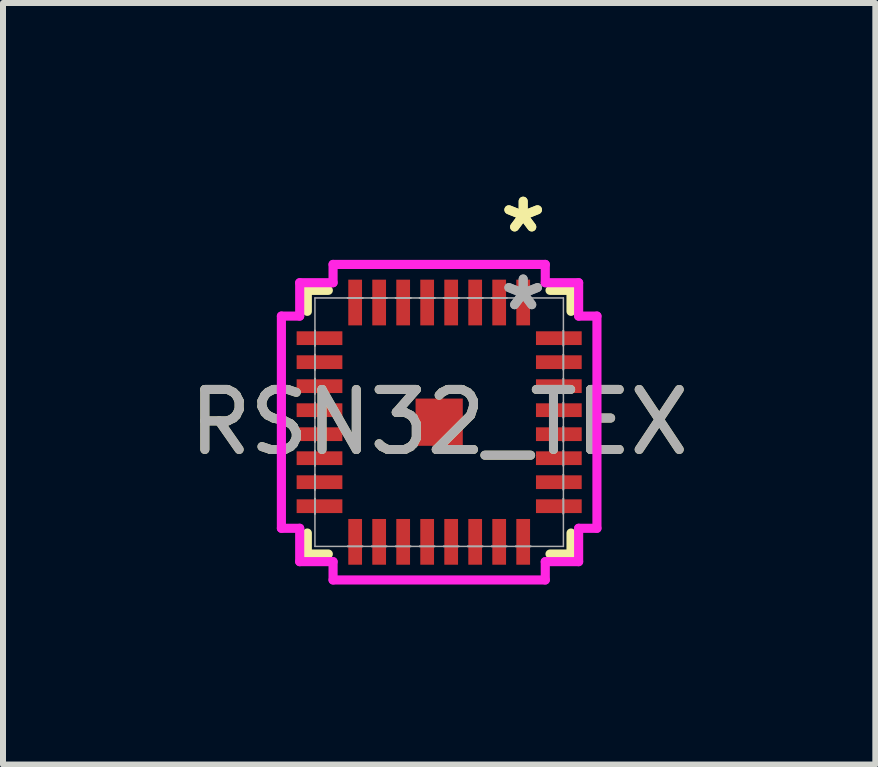
<source format=kicad_pcb>
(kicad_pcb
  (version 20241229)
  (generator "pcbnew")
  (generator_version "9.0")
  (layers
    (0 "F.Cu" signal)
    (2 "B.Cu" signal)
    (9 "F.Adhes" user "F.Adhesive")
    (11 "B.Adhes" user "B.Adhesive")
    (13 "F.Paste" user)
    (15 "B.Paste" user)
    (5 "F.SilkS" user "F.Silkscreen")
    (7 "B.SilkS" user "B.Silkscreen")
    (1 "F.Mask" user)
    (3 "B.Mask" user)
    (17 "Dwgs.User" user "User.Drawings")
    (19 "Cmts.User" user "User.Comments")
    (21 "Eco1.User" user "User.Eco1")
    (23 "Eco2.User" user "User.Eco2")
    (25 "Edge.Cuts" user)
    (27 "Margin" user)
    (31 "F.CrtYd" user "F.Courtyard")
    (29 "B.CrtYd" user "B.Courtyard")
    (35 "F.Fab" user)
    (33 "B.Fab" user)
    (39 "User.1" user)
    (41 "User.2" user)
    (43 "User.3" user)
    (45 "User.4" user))
  (footprint "RSN32_TEX"
    (layer "F.Cu")
    (at 4.268 3.985)
    (property "Reference" "RSN32_TEX" (at 0 0 0) (unlocked yes) (layer "F.SilkS") (effects (font (size 1 1) (thickness 0.15))))
    (attr smd)
    (fp_line (start -2.197 -2.197) (end -2.197 -1.847) (stroke (width 0.152) (type solid)) (layer "F.SilkS"))
    (fp_line (start -2.197 1.847) (end -2.197 2.197) (stroke (width 0.152) (type solid)) (layer "F.SilkS"))
    (fp_line (start -2.197 2.197) (end -1.847 2.197) (stroke (width 0.152) (type solid)) (layer "F.SilkS"))
    (fp_line (start -1.847 -2.197) (end -2.197 -2.197) (stroke (width 0.152) (type solid)) (layer "F.SilkS"))
    (fp_line (start 1.847 2.197) (end 2.197 2.197) (stroke (width 0.152) (type solid)) (layer "F.SilkS"))
    (fp_line (start 2.197 -2.197) (end 1.847 -2.197) (stroke (width 0.152) (type solid)) (layer "F.SilkS"))
    (fp_line (start 2.197 -1.847) (end 2.197 -2.197) (stroke (width 0.152) (type solid)) (layer "F.SilkS"))
    (fp_line (start 2.197 2.197) (end 2.197 1.847) (stroke (width 0.152) (type solid)) (layer "F.SilkS"))
    (fp_line (start -2.629 -1.768) (end -2.324 -1.768) (stroke (width 0.152) (type solid)) (layer "F.CrtYd"))
    (fp_line (start -2.629 1.768) (end -2.629 -1.768) (stroke (width 0.152) (type solid)) (layer "F.CrtYd"))
    (fp_line (start -2.324 -2.324) (end -1.768 -2.324) (stroke (width 0.152) (type solid)) (layer "F.CrtYd"))
    (fp_line (start -2.324 -1.768) (end -2.324 -2.324) (stroke (width 0.152) (type solid)) (layer "F.CrtYd"))
    (fp_line (start -2.324 1.768) (end -2.629 1.768) (stroke (width 0.152) (type solid)) (layer "F.CrtYd"))
    (fp_line (start -2.324 2.324) (end -2.324 1.768) (stroke (width 0.152) (type solid)) (layer "F.CrtYd"))
    (fp_line (start -1.768 -2.629) (end 1.768 -2.629) (stroke (width 0.152) (type solid)) (layer "F.CrtYd"))
    (fp_line (start -1.768 -2.324) (end -1.768 -2.629) (stroke (width 0.152) (type solid)) (layer "F.CrtYd"))
    (fp_line (start -1.768 2.324) (end -2.324 2.324) (stroke (width 0.152) (type solid)) (layer "F.CrtYd"))
    (fp_line (start -1.768 2.629) (end -1.768 2.324) (stroke (width 0.152) (type solid)) (layer "F.CrtYd"))
    (fp_line (start 1.768 -2.629) (end 1.768 -2.324) (stroke (width 0.152) (type solid)) (layer "F.CrtYd"))
    (fp_line (start 1.768 -2.324) (end 2.324 -2.324) (stroke (width 0.152) (type solid)) (layer "F.CrtYd"))
    (fp_line (start 1.768 2.324) (end 1.768 2.629) (stroke (width 0.152) (type solid)) (layer "F.CrtYd"))
    (fp_line (start 1.768 2.629) (end -1.768 2.629) (stroke (width 0.152) (type solid)) (layer "F.CrtYd"))
    (fp_line (start 2.324 -2.324) (end 2.324 -1.768) (stroke (width 0.152) (type solid)) (layer "F.CrtYd"))
    (fp_line (start 2.324 -1.768) (end 2.629 -1.768) (stroke (width 0.152) (type solid)) (layer "F.CrtYd"))
    (fp_line (start 2.324 1.768) (end 2.324 2.324) (stroke (width 0.152) (type solid)) (layer "F.CrtYd"))
    (fp_line (start 2.324 2.324) (end 1.768 2.324) (stroke (width 0.152) (type solid)) (layer "F.CrtYd"))
    (fp_line (start 2.629 -1.768) (end 2.629 1.768) (stroke (width 0.152) (type solid)) (layer "F.CrtYd"))
    (fp_line (start 2.629 1.768) (end 2.324 1.768) (stroke (width 0.152) (type solid)) (layer "F.CrtYd"))
    (fp_line (start -2.07 -2.07) (end -2.07 2.07) (stroke (width 0.025) (type solid)) (layer "F.Fab"))
    (fp_line (start -2.07 -1.527) (end -2.07 -1.527) (stroke (width 0.025) (type solid)) (layer "F.Fab"))
    (fp_line (start -2.07 -1.527) (end -2.07 -1.273) (stroke (width 0.025) (type solid)) (layer "F.Fab"))
    (fp_line (start -2.07 -1.273) (end -2.07 -1.527) (stroke (width 0.025) (type solid)) (layer "F.Fab"))
    (fp_line (start -2.07 -1.273) (end -2.07 -1.273) (stroke (width 0.025) (type solid)) (layer "F.Fab"))
    (fp_line (start -2.07 -1.127) (end -2.07 -1.127) (stroke (width 0.025) (type solid)) (layer "F.Fab"))
    (fp_line (start -2.07 -1.127) (end -2.07 -0.873) (stroke (width 0.025) (type solid)) (layer "F.Fab"))
    (fp_line (start -2.07 -0.873) (end -2.07 -1.127) (stroke (width 0.025) (type solid)) (layer "F.Fab"))
    (fp_line (start -2.07 -0.873) (end -2.07 -0.873) (stroke (width 0.025) (type solid)) (layer "F.Fab"))
    (fp_line (start -2.07 -0.727) (end -2.07 -0.727) (stroke (width 0.025) (type solid)) (layer "F.Fab"))
    (fp_line (start -2.07 -0.727) (end -2.07 -0.473) (stroke (width 0.025) (type solid)) (layer "F.Fab"))
    (fp_line (start -2.07 -0.473) (end -2.07 -0.727) (stroke (width 0.025) (type solid)) (layer "F.Fab"))
    (fp_line (start -2.07 -0.473) (end -2.07 -0.473) (stroke (width 0.025) (type solid)) (layer "F.Fab"))
    (fp_line (start -2.07 -0.327) (end -2.07 -0.327) (stroke (width 0.025) (type solid)) (layer "F.Fab"))
    (fp_line (start -2.07 -0.327) (end -2.07 -0.073) (stroke (width 0.025) (type solid)) (layer "F.Fab"))
    (fp_line (start -2.07 -0.073) (end -2.07 -0.327) (stroke (width 0.025) (type solid)) (layer "F.Fab"))
    (fp_line (start -2.07 -0.073) (end -2.07 -0.073) (stroke (width 0.025) (type solid)) (layer "F.Fab"))
    (fp_line (start -2.07 0.073) (end -2.07 0.073) (stroke (width 0.025) (type solid)) (layer "F.Fab"))
    (fp_line (start -2.07 0.073) (end -2.07 0.327) (stroke (width 0.025) (type solid)) (layer "F.Fab"))
    (fp_line (start -2.07 0.327) (end -2.07 0.073) (stroke (width 0.025) (type solid)) (layer "F.Fab"))
    (fp_line (start -2.07 0.327) (end -2.07 0.327) (stroke (width 0.025) (type solid)) (layer "F.Fab"))
    (fp_line (start -2.07 0.473) (end -2.07 0.473) (stroke (width 0.025) (type solid)) (layer "F.Fab"))
    (fp_line (start -2.07 0.473) (end -2.07 0.727) (stroke (width 0.025) (type solid)) (layer "F.Fab"))
    (fp_line (start -2.07 0.727) (end -2.07 0.473) (stroke (width 0.025) (type solid)) (layer "F.Fab"))
    (fp_line (start -2.07 0.727) (end -2.07 0.727) (stroke (width 0.025) (type solid)) (layer "F.Fab"))
    (fp_line (start -2.07 0.873) (end -2.07 0.873) (stroke (width 0.025) (type solid)) (layer "F.Fab"))
    (fp_line (start -2.07 0.873) (end -2.07 1.127) (stroke (width 0.025) (type solid)) (layer "F.Fab"))
    (fp_line (start -2.07 1.127) (end -2.07 0.873) (stroke (width 0.025) (type solid)) (layer "F.Fab"))
    (fp_line (start -2.07 1.127) (end -2.07 1.127) (stroke (width 0.025) (type solid)) (layer "F.Fab"))
    (fp_line (start -2.07 1.273) (end -2.07 1.273) (stroke (width 0.025) (type solid)) (layer "F.Fab"))
    (fp_line (start -2.07 1.273) (end -2.07 1.527) (stroke (width 0.025) (type solid)) (layer "F.Fab"))
    (fp_line (start -2.07 1.527) (end -2.07 1.273) (stroke (width 0.025) (type solid)) (layer "F.Fab"))
    (fp_line (start -2.07 1.527) (end -2.07 1.527) (stroke (width 0.025) (type solid)) (layer "F.Fab"))
    (fp_line (start -2.07 2.07) (end 2.07 2.07) (stroke (width 0.025) (type solid)) (layer "F.Fab"))
    (fp_line (start -1.527 -2.07) (end -1.527 -2.07) (stroke (width 0.025) (type solid)) (layer "F.Fab"))
    (fp_line (start -1.527 -2.07) (end -1.273 -2.07) (stroke (width 0.025) (type solid)) (layer "F.Fab"))
    (fp_line (start -1.527 2.07) (end -1.527 2.07) (stroke (width 0.025) (type solid)) (layer "F.Fab"))
    (fp_line (start -1.527 2.07) (end -1.273 2.07) (stroke (width 0.025) (type solid)) (layer "F.Fab"))
    (fp_line (start -1.273 -2.07) (end -1.527 -2.07) (stroke (width 0.025) (type solid)) (layer "F.Fab"))
    (fp_line (start -1.273 -2.07) (end -1.273 -2.07) (stroke (width 0.025) (type solid)) (layer "F.Fab"))
    (fp_line (start -1.273 2.07) (end -1.527 2.07) (stroke (width 0.025) (type solid)) (layer "F.Fab"))
    (fp_line (start -1.273 2.07) (end -1.273 2.07) (stroke (width 0.025) (type solid)) (layer "F.Fab"))
    (fp_line (start -1.127 -2.07) (end -1.127 -2.07) (stroke (width 0.025) (type solid)) (layer "F.Fab"))
    (fp_line (start -1.127 -2.07) (end -0.873 -2.07) (stroke (width 0.025) (type solid)) (layer "F.Fab"))
    (fp_line (start -1.127 2.07) (end -1.127 2.07) (stroke (width 0.025) (type solid)) (layer "F.Fab"))
    (fp_line (start -1.127 2.07) (end -0.873 2.07) (stroke (width 0.025) (type solid)) (layer "F.Fab"))
    (fp_line (start -0.873 -2.07) (end -1.127 -2.07) (stroke (width 0.025) (type solid)) (layer "F.Fab"))
    (fp_line (start -0.873 -2.07) (end -0.873 -2.07) (stroke (width 0.025) (type solid)) (layer "F.Fab"))
    (fp_line (start -0.873 2.07) (end -1.127 2.07) (stroke (width 0.025) (type solid)) (layer "F.Fab"))
    (fp_line (start -0.873 2.07) (end -0.873 2.07) (stroke (width 0.025) (type solid)) (layer "F.Fab"))
    (fp_line (start -0.727 -2.07) (end -0.727 -2.07) (stroke (width 0.025) (type solid)) (layer "F.Fab"))
    (fp_line (start -0.727 -2.07) (end -0.473 -2.07) (stroke (width 0.025) (type solid)) (layer "F.Fab"))
    (fp_line (start -0.727 2.07) (end -0.727 2.07) (stroke (width 0.025) (type solid)) (layer "F.Fab"))
    (fp_line (start -0.727 2.07) (end -0.473 2.07) (stroke (width 0.025) (type solid)) (layer "F.Fab"))
    (fp_line (start -0.473 -2.07) (end -0.727 -2.07) (stroke (width 0.025) (type solid)) (layer "F.Fab"))
    (fp_line (start -0.473 -2.07) (end -0.473 -2.07) (stroke (width 0.025) (type solid)) (layer "F.Fab"))
    (fp_line (start -0.473 2.07) (end -0.727 2.07) (stroke (width 0.025) (type solid)) (layer "F.Fab"))
    (fp_line (start -0.473 2.07) (end -0.473 2.07) (stroke (width 0.025) (type solid)) (layer "F.Fab"))
    (fp_line (start -0.327 -2.07) (end -0.327 -2.07) (stroke (width 0.025) (type solid)) (layer "F.Fab"))
    (fp_line (start -0.327 -2.07) (end -0.073 -2.07) (stroke (width 0.025) (type solid)) (layer "F.Fab"))
    (fp_line (start -0.327 2.07) (end -0.327 2.07) (stroke (width 0.025) (type solid)) (layer "F.Fab"))
    (fp_line (start -0.327 2.07) (end -0.073 2.07) (stroke (width 0.025) (type solid)) (layer "F.Fab"))
    (fp_line (start -0.073 -2.07) (end -0.327 -2.07) (stroke (width 0.025) (type solid)) (layer "F.Fab"))
    (fp_line (start -0.073 -2.07) (end -0.073 -2.07) (stroke (width 0.025) (type solid)) (layer "F.Fab"))
    (fp_line (start -0.073 2.07) (end -0.327 2.07) (stroke (width 0.025) (type solid)) (layer "F.Fab"))
    (fp_line (start -0.073 2.07) (end -0.073 2.07) (stroke (width 0.025) (type solid)) (layer "F.Fab"))
    (fp_line (start 0.073 -2.07) (end 0.073 -2.07) (stroke (width 0.025) (type solid)) (layer "F.Fab"))
    (fp_line (start 0.073 -2.07) (end 0.327 -2.07) (stroke (width 0.025) (type solid)) (layer "F.Fab"))
    (fp_line (start 0.073 2.07) (end 0.073 2.07) (stroke (width 0.025) (type solid)) (layer "F.Fab"))
    (fp_line (start 0.073 2.07) (end 0.327 2.07) (stroke (width 0.025) (type solid)) (layer "F.Fab"))
    (fp_line (start 0.327 -2.07) (end 0.073 -2.07) (stroke (width 0.025) (type solid)) (layer "F.Fab"))
    (fp_line (start 0.327 -2.07) (end 0.327 -2.07) (stroke (width 0.025) (type solid)) (layer "F.Fab"))
    (fp_line (start 0.327 2.07) (end 0.073 2.07) (stroke (width 0.025) (type solid)) (layer "F.Fab"))
    (fp_line (start 0.327 2.07) (end 0.327 2.07) (stroke (width 0.025) (type solid)) (layer "F.Fab"))
    (fp_line (start 0.473 -2.07) (end 0.473 -2.07) (stroke (width 0.025) (type solid)) (layer "F.Fab"))
    (fp_line (start 0.473 -2.07) (end 0.727 -2.07) (stroke (width 0.025) (type solid)) (layer "F.Fab"))
    (fp_line (start 0.473 2.07) (end 0.473 2.07) (stroke (width 0.025) (type solid)) (layer "F.Fab"))
    (fp_line (start 0.473 2.07) (end 0.727 2.07) (stroke (width 0.025) (type solid)) (layer "F.Fab"))
    (fp_line (start 0.727 -2.07) (end 0.473 -2.07) (stroke (width 0.025) (type solid)) (layer "F.Fab"))
    (fp_line (start 0.727 -2.07) (end 0.727 -2.07) (stroke (width 0.025) (type solid)) (layer "F.Fab"))
    (fp_line (start 0.727 2.07) (end 0.473 2.07) (stroke (width 0.025) (type solid)) (layer "F.Fab"))
    (fp_line (start 0.727 2.07) (end 0.727 2.07) (stroke (width 0.025) (type solid)) (layer "F.Fab"))
    (fp_line (start 0.873 -2.07) (end 0.873 -2.07) (stroke (width 0.025) (type solid)) (layer "F.Fab"))
    (fp_line (start 0.873 -2.07) (end 1.127 -2.07) (stroke (width 0.025) (type solid)) (layer "F.Fab"))
    (fp_line (start 0.873 2.07) (end 0.873 2.07) (stroke (width 0.025) (type solid)) (layer "F.Fab"))
    (fp_line (start 0.873 2.07) (end 1.127 2.07) (stroke (width 0.025) (type solid)) (layer "F.Fab"))
    (fp_line (start 1.127 -2.07) (end 0.873 -2.07) (stroke (width 0.025) (type solid)) (layer "F.Fab"))
    (fp_line (start 1.127 -2.07) (end 1.127 -2.07) (stroke (width 0.025) (type solid)) (layer "F.Fab"))
    (fp_line (start 1.127 2.07) (end 0.873 2.07) (stroke (width 0.025) (type solid)) (layer "F.Fab"))
    (fp_line (start 1.127 2.07) (end 1.127 2.07) (stroke (width 0.025) (type solid)) (layer "F.Fab"))
    (fp_line (start 1.273 -2.07) (end 1.273 -2.07) (stroke (width 0.025) (type solid)) (layer "F.Fab"))
    (fp_line (start 1.273 -2.07) (end 1.527 -2.07) (stroke (width 0.025) (type solid)) (layer "F.Fab"))
    (fp_line (start 1.273 2.07) (end 1.273 2.07) (stroke (width 0.025) (type solid)) (layer "F.Fab"))
    (fp_line (start 1.273 2.07) (end 1.527 2.07) (stroke (width 0.025) (type solid)) (layer "F.Fab"))
    (fp_line (start 1.527 -2.07) (end 1.273 -2.07) (stroke (width 0.025) (type solid)) (layer "F.Fab"))
    (fp_line (start 1.527 -2.07) (end 1.527 -2.07) (stroke (width 0.025) (type solid)) (layer "F.Fab"))
    (fp_line (start 1.527 2.07) (end 1.273 2.07) (stroke (width 0.025) (type solid)) (layer "F.Fab"))
    (fp_line (start 1.527 2.07) (end 1.527 2.07) (stroke (width 0.025) (type solid)) (layer "F.Fab"))
    (fp_line (start 2.07 -2.07) (end -2.07 -2.07) (stroke (width 0.025) (type solid)) (layer "F.Fab"))
    (fp_line (start 2.07 -1.527) (end 2.07 -1.527) (stroke (width 0.025) (type solid)) (layer "F.Fab"))
    (fp_line (start 2.07 -1.527) (end 2.07 -1.273) (stroke (width 0.025) (type solid)) (layer "F.Fab"))
    (fp_line (start 2.07 -1.273) (end 2.07 -1.527) (stroke (width 0.025) (type solid)) (layer "F.Fab"))
    (fp_line (start 2.07 -1.273) (end 2.07 -1.273) (stroke (width 0.025) (type solid)) (layer "F.Fab"))
    (fp_line (start 2.07 -1.127) (end 2.07 -1.127) (stroke (width 0.025) (type solid)) (layer "F.Fab"))
    (fp_line (start 2.07 -1.127) (end 2.07 -0.873) (stroke (width 0.025) (type solid)) (layer "F.Fab"))
    (fp_line (start 2.07 -0.873) (end 2.07 -1.127) (stroke (width 0.025) (type solid)) (layer "F.Fab"))
    (fp_line (start 2.07 -0.873) (end 2.07 -0.873) (stroke (width 0.025) (type solid)) (layer "F.Fab"))
    (fp_line (start 2.07 -0.727) (end 2.07 -0.727) (stroke (width 0.025) (type solid)) (layer "F.Fab"))
    (fp_line (start 2.07 -0.727) (end 2.07 -0.473) (stroke (width 0.025) (type solid)) (layer "F.Fab"))
    (fp_line (start 2.07 -0.473) (end 2.07 -0.727) (stroke (width 0.025) (type solid)) (layer "F.Fab"))
    (fp_line (start 2.07 -0.473) (end 2.07 -0.473) (stroke (width 0.025) (type solid)) (layer "F.Fab"))
    (fp_line (start 2.07 -0.327) (end 2.07 -0.327) (stroke (width 0.025) (type solid)) (layer "F.Fab"))
    (fp_line (start 2.07 -0.327) (end 2.07 -0.073) (stroke (width 0.025) (type solid)) (layer "F.Fab"))
    (fp_line (start 2.07 -0.073) (end 2.07 -0.327) (stroke (width 0.025) (type solid)) (layer "F.Fab"))
    (fp_line (start 2.07 -0.073) (end 2.07 -0.073) (stroke (width 0.025) (type solid)) (layer "F.Fab"))
    (fp_line (start 2.07 0.073) (end 2.07 0.073) (stroke (width 0.025) (type solid)) (layer "F.Fab"))
    (fp_line (start 2.07 0.073) (end 2.07 0.327) (stroke (width 0.025) (type solid)) (layer "F.Fab"))
    (fp_line (start 2.07 0.327) (end 2.07 0.073) (stroke (width 0.025) (type solid)) (layer "F.Fab"))
    (fp_line (start 2.07 0.327) (end 2.07 0.327) (stroke (width 0.025) (type solid)) (layer "F.Fab"))
    (fp_line (start 2.07 0.473) (end 2.07 0.473) (stroke (width 0.025) (type solid)) (layer "F.Fab"))
    (fp_line (start 2.07 0.473) (end 2.07 0.727) (stroke (width 0.025) (type solid)) (layer "F.Fab"))
    (fp_line (start 2.07 0.727) (end 2.07 0.473) (stroke (width 0.025) (type solid)) (layer "F.Fab"))
    (fp_line (start 2.07 0.727) (end 2.07 0.727) (stroke (width 0.025) (type solid)) (layer "F.Fab"))
    (fp_line (start 2.07 0.873) (end 2.07 0.873) (stroke (width 0.025) (type solid)) (layer "F.Fab"))
    (fp_line (start 2.07 0.873) (end 2.07 1.127) (stroke (width 0.025) (type solid)) (layer "F.Fab"))
    (fp_line (start 2.07 1.127) (end 2.07 0.873) (stroke (width 0.025) (type solid)) (layer "F.Fab"))
    (fp_line (start 2.07 1.127) (end 2.07 1.127) (stroke (width 0.025) (type solid)) (layer "F.Fab"))
    (fp_line (start 2.07 1.273) (end 2.07 1.273) (stroke (width 0.025) (type solid)) (layer "F.Fab"))
    (fp_line (start 2.07 1.273) (end 2.07 1.527) (stroke (width 0.025) (type solid)) (layer "F.Fab"))
    (fp_line (start 2.07 1.527) (end 2.07 1.273) (stroke (width 0.025) (type solid)) (layer "F.Fab"))
    (fp_line (start 2.07 1.527) (end 2.07 1.527) (stroke (width 0.025) (type solid)) (layer "F.Fab"))
    (fp_line (start 2.07 2.07) (end 2.07 -2.07) (stroke (width 0.025) (type solid)) (layer "F.Fab"))
    (fp_text user "*" (at 1.4 -3.137 0) (unlocked yes) (layer "F.SilkS") (effects (font (size 1 1) (thickness 0.15))))
    (fp_text user "*" (at 1.4 -3.137 0) (layer "F.SilkS") (effects (font (size 1 1) (thickness 0.15))))
    (fp_text user "*" (at 1.4 -1.841 0) (unlocked yes) (layer "F.Fab") (effects (font (size 1 1) (thickness 0.15))))
    (fp_text user "${REFERENCE}" (at 0 0 0) (unlocked yes) (layer "F.Fab") (effects (font (size 1 1) (thickness 0.15))))
    (fp_text user "*" (at 1.4 -1.841 0) (layer "F.Fab") (effects (font (size 1 1) (thickness 0.15))))
    (pad "1" smd rect (at 1.4 -1.994) (size 0.229 0.762) (layers "F.Cu" "F.Mask" "F.Paste"))
    (pad "2" smd rect (at 1 -1.994) (size 0.229 0.762) (layers "F.Cu" "F.Mask" "F.Paste"))
    (pad "3" smd rect (at 0.6 -1.994) (size 0.229 0.762) (layers "F.Cu" "F.Mask" "F.Paste"))
    (pad "4" smd rect (at 0.2 -1.994) (size 0.229 0.762) (layers "F.Cu" "F.Mask" "F.Paste"))
    (pad "5" smd rect (at -0.2 -1.994) (size 0.229 0.762) (layers "F.Cu" "F.Mask" "F.Paste"))
    (pad "6" smd rect (at -0.6 -1.994) (size 0.229 0.762) (layers "F.Cu" "F.Mask" "F.Paste"))
    (pad "7" smd rect (at -1 -1.994) (size 0.229 0.762) (layers "F.Cu" "F.Mask" "F.Paste"))
    (pad "8" smd rect (at -1.4 -1.994) (size 0.229 0.762) (layers "F.Cu" "F.Mask" "F.Paste"))
    (pad "9" smd rect (at -1.994 -1.4 90) (size 0.229 0.762) (layers "F.Cu" "F.Mask" "F.Paste"))
    (pad "10" smd rect (at -1.994 -1 90) (size 0.229 0.762) (layers "F.Cu" "F.Mask" "F.Paste"))
    (pad "11" smd rect (at -1.994 -0.6 90) (size 0.229 0.762) (layers "F.Cu" "F.Mask" "F.Paste"))
    (pad "12" smd rect (at -1.994 -0.2 90) (size 0.229 0.762) (layers "F.Cu" "F.Mask" "F.Paste"))
    (pad "13" smd rect (at -1.994 0.2 90) (size 0.229 0.762) (layers "F.Cu" "F.Mask" "F.Paste"))
    (pad "14" smd rect (at -1.994 0.6 90) (size 0.229 0.762) (layers "F.Cu" "F.Mask" "F.Paste"))
    (pad "15" smd rect (at -1.994 1 90) (size 0.229 0.762) (layers "F.Cu" "F.Mask" "F.Paste"))
    (pad "16" smd rect (at -1.994 1.4 90) (size 0.229 0.762) (layers "F.Cu" "F.Mask" "F.Paste"))
    (pad "17" smd rect (at -1.4 1.994) (size 0.229 0.762) (layers "F.Cu" "F.Mask" "F.Paste"))
    (pad "18" smd rect (at -1 1.994) (size 0.229 0.762) (layers "F.Cu" "F.Mask" "F.Paste"))
    (pad "19" smd rect (at -0.6 1.994) (size 0.229 0.762) (layers "F.Cu" "F.Mask" "F.Paste"))
    (pad "20" smd rect (at -0.2 1.994) (size 0.229 0.762) (layers "F.Cu" "F.Mask" "F.Paste"))
    (pad "21" smd rect (at 0.2 1.994) (size 0.229 0.762) (layers "F.Cu" "F.Mask" "F.Paste"))
    (pad "22" smd rect (at 0.6 1.994) (size 0.229 0.762) (layers "F.Cu" "F.Mask" "F.Paste"))
    (pad "23" smd rect (at 1 1.994) (size 0.229 0.762) (layers "F.Cu" "F.Mask" "F.Paste"))
    (pad "24" smd rect (at 1.4 1.994) (size 0.229 0.762) (layers "F.Cu" "F.Mask" "F.Paste"))
    (pad "25" smd rect (at 1.994 1.4 90) (size 0.229 0.762) (layers "F.Cu" "F.Mask" "F.Paste"))
    (pad "26" smd rect (at 1.994 1 90) (size 0.229 0.762) (layers "F.Cu" "F.Mask" "F.Paste"))
    (pad "27" smd rect (at 1.994 0.6 90) (size 0.229 0.762) (layers "F.Cu" "F.Mask" "F.Paste"))
    (pad "28" smd rect (at 1.994 0.2 90) (size 0.229 0.762) (layers "F.Cu" "F.Mask" "F.Paste"))
    (pad "29" smd rect (at 1.994 -0.2 90) (size 0.229 0.762) (layers "F.Cu" "F.Mask" "F.Paste"))
    (pad "30" smd rect (at 1.994 -0.6 90) (size 0.229 0.762) (layers "F.Cu" "F.Mask" "F.Paste"))
    (pad "31" smd rect (at 1.994 -1 90) (size 0.229 0.762) (layers "F.Cu" "F.Mask" "F.Paste"))
    (pad "32" smd rect (at 1.994 -1.4 90) (size 0.229 0.762) (layers "F.Cu" "F.Mask" "F.Paste"))
    (pad "HTAB" smd rect (at 0 0) (size 0.787 0.787) (layers "F.Cu" "F.Mask" "F.Paste")))
  (gr_rect
    (start -3 -3)
    (end 11.536 9.69)
    (stroke (width 0.1) (type default))
    (fill no)
    (layer "Edge.Cuts")))
</source>
